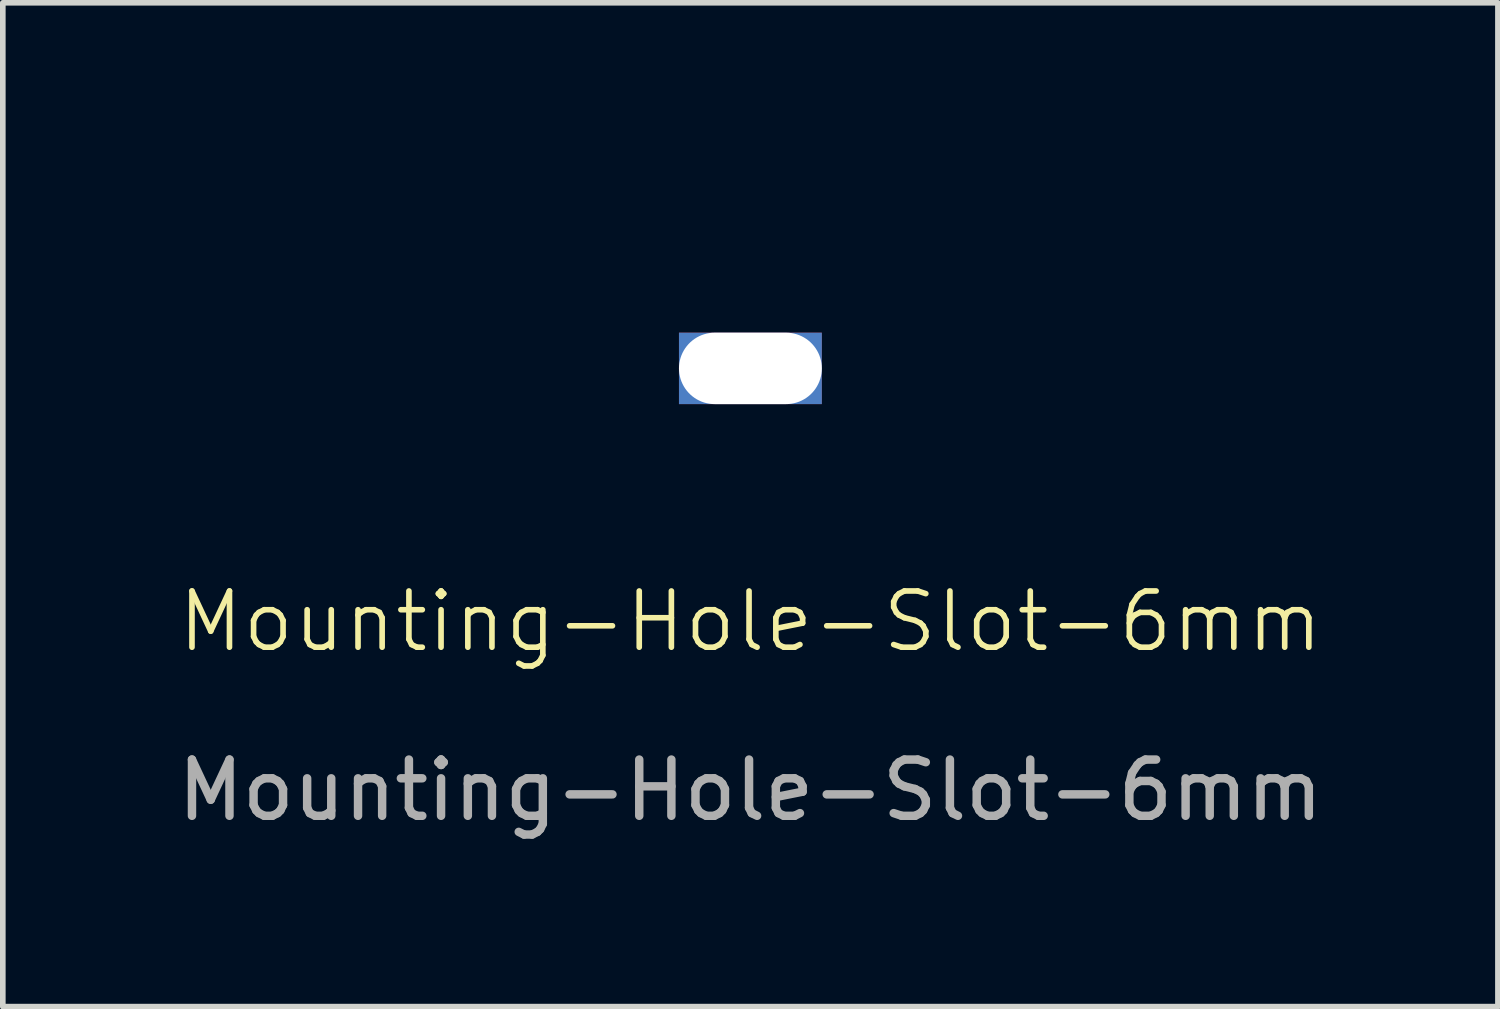
<source format=kicad_pcb>
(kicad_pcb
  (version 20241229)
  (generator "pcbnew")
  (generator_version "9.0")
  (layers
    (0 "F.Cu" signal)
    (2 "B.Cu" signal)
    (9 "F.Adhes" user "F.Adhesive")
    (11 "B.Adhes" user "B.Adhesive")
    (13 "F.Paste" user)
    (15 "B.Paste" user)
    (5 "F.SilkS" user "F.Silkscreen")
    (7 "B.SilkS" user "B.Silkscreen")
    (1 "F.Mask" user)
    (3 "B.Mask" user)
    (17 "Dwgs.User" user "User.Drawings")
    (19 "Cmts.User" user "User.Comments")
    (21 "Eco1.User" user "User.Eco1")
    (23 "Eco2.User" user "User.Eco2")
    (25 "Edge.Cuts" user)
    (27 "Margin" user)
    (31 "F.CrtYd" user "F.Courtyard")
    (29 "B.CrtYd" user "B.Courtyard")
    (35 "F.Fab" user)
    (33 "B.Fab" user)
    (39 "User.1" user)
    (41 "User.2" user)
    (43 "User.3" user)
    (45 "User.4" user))
  (footprint "Mounting-Hole-Slot-6mm"
    (layer "F.Cu")
    (at 10.292 8.5)
    (property "Reference" "Mounting-Hole-Slot-6mm" (at 0 -0.5 0) (unlocked yes) (layer "F.SilkS") (effects (font (size 1 1) (thickness 0.1))))
    (attr exclude_from_pos_files exclude_from_bom)
    (fp_text user "${REFERENCE}" (at 0 2.5 0) (unlocked yes) (layer "F.Fab") (effects (font (size 1 1) (thickness 0.15))))
    (pad "" np_thru_hole rect (at 0 -5) (size 2.54 1.27) (drill oval 13.4 7) (layers "*.Cu" "*.Mask")))
  (gr_rect
    (start -3 -3)
    (end 23.583 14.848)
    (stroke (width 0.1) (type default))
    (fill no)
    (layer "Edge.Cuts")))
</source>
